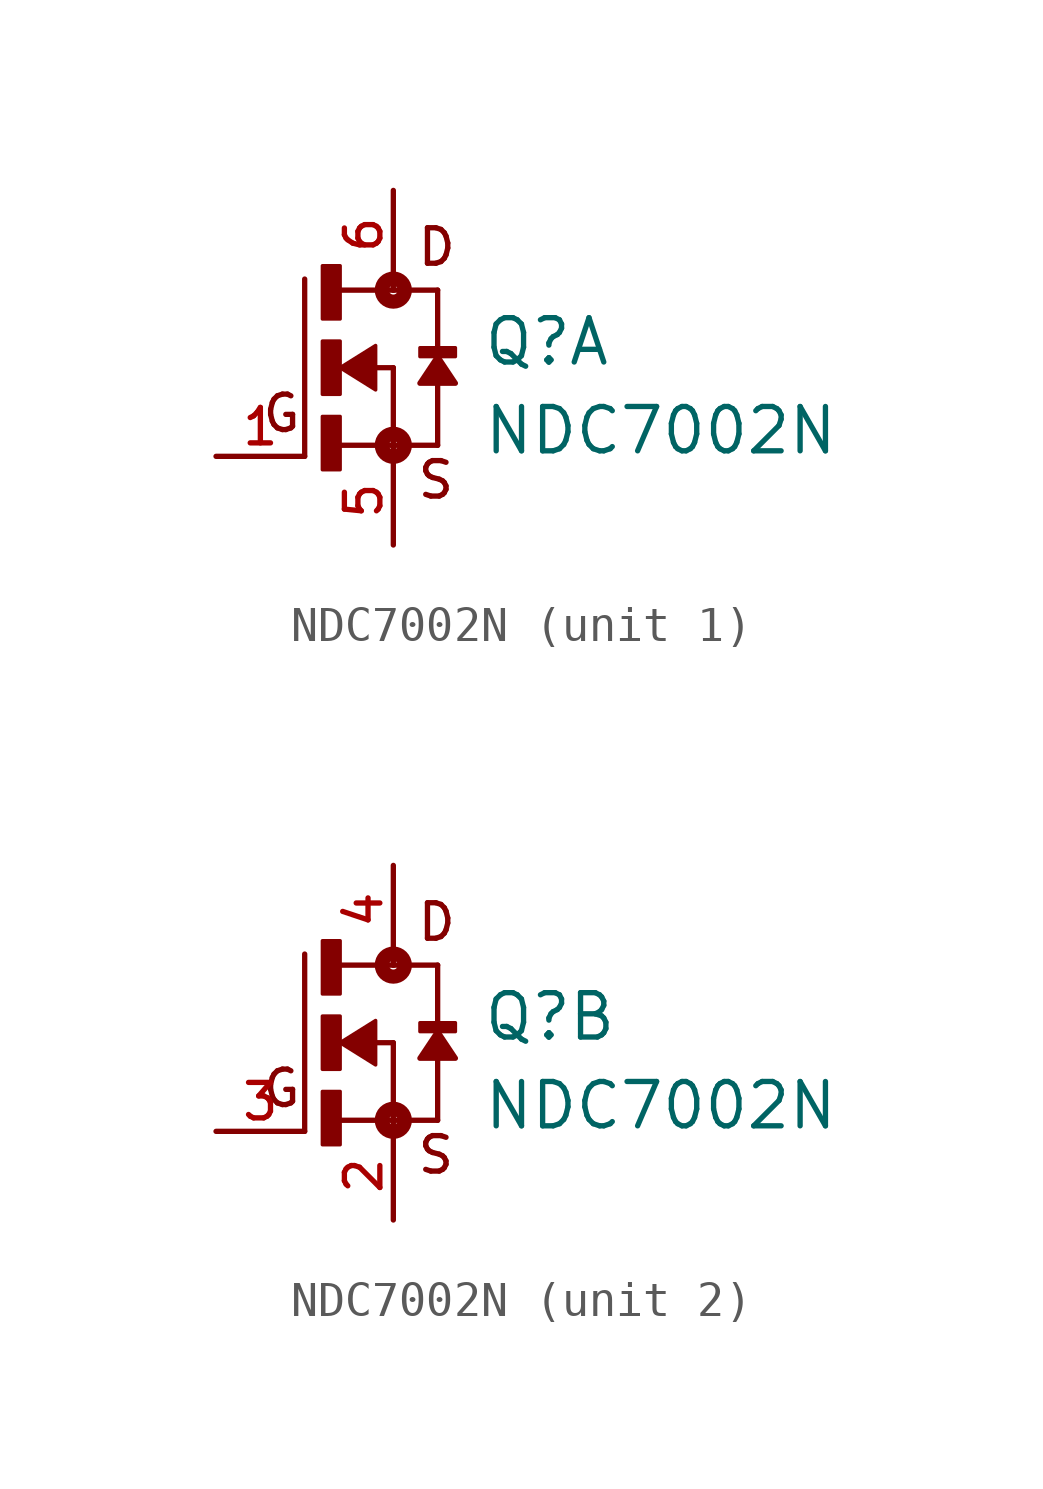
<source format=kicad_sym>
(kicad_symbol_lib
  (version 20241209)
  (generator "kicad_symbol_editor")
  (generator_version "9.0")
  (symbol "NDC7002N"
    (pin_names
      (offset 1.016))
    (property "Reference" "Q"
      (at 2.543 0 0)
      (effects (font (size 1.27 1.27)) (justify left bottom)))
    (property "Value" "NDC7002N"
      (at 2.545 -2.545 0)
      (effects (font (size 1.27 1.27)) (justify left bottom)))
    (symbol "NDC7002N_1_0"
      (polyline (pts (xy -2.54 -2.54) (xy -2.54 2.54)) (stroke (width 0.152) (type default)) (fill (type none)))
      (rectangle (start -2.033 -2.923) (end -1.524 -1.397) (stroke (width 0.1) (type default)) (fill (type outline)))
      (rectangle (start -2.033 -0.762) (end -1.524 0.762) (stroke (width 0.1) (type default)) (fill (type outline)))
      (rectangle (start -2.032 1.397) (end -1.524 2.921) (stroke (width 0.1) (type default)) (fill (type outline)))
      (polyline (pts (xy -1.587 2.223) (xy 0 2.223)) (stroke (width 0.152) (type default)) (fill (type none)))
      (polyline (pts (xy -1.587 -2.223) (xy 0 -2.223)) (stroke (width 0.152) (type default)) (fill (type none)))
      (polyline (pts (xy -1.524 0) (xy -0.508 0.635) (xy -0.508 -0.635) (xy -1.524 0)) (stroke (width 0.102) (type default)) (fill (type outline)))
      (polyline (pts (xy -0.508 0) (xy 0 0)) (stroke (width 0.152) (type default)) (fill (type none)))
      (polyline (pts (xy 0 2.54) (xy 0 2.223)) (stroke (width 0.152) (type default)) (fill (type none)))
      (circle (center 0 2.223) (radius 0.127) (stroke (width 0.406) (type default)) (fill (type none)))
      (polyline (pts (xy 0 2.223) (xy 1.27 2.223)) (stroke (width 0.152) (type default)) (fill (type none)))
      (polyline (pts (xy 0 0) (xy 0 -2.223)) (stroke (width 0.152) (type default)) (fill (type none)))
      (polyline (pts (xy 0 -2.223) (xy 0 -2.54)) (stroke (width 0.152) (type default)) (fill (type none)))
      (circle (center 0 -2.223) (radius 0.127) (stroke (width 0.406) (type default)) (fill (type none)))
      (rectangle (start 0.763 0.318) (end 1.778 0.572) (stroke (width 0.1) (type default)) (fill (type outline)))
      (polyline (pts (xy 1.27 2.223) (xy 1.27 -2.223)) (stroke (width 0.152) (type default)) (fill (type none)))
      (polyline (pts (xy 1.27 0.318) (xy 0.762 -0.445) (xy 1.778 -0.445) (xy 1.27 0.318)) (stroke (width 0.152) (type default)) (fill (type outline)))
      (polyline (pts (xy 1.27 -2.223) (xy 0 -2.223)) (stroke (width 0.152) (type default)) (fill (type none)))
      (text "G" (at -3.81 -1.905 0) (effects (font (size 1.016 1.016)) (justify left bottom)))
      (text "S" (at 0.635 -3.81 0) (effects (font (size 1.016 1.016)) (justify left bottom)))
      (text "D" (at 0.636 2.861 0) (effects (font (size 1.017 1.017)) (justify left bottom)))
      (pin passive line (at -5.08 -2.54 0) (length 2.54) (name "~" (effects (font (size 1.016 1.016)))) (number "1" (effects (font (size 1.016 1.016)))))
      (pin passive line (at 0 5.08 270) (length 2.54) (name "~" (effects (font (size 1.016 1.016)))) (number "6" (effects (font (size 1.016 1.016)))))
      (pin passive line (at 0 -5.08 90) (length 2.54) (name "~" (effects (font (size 1.016 1.016)))) (number "5" (effects (font (size 1.016 1.016))))))
    (symbol "NDC7002N_2_0"
      (polyline (pts (xy -2.54 -2.54) (xy -2.54 2.54)) (stroke (width 0.152) (type default)) (fill (type none)))
      (rectangle (start -2.033 -2.923) (end -1.524 -1.397) (stroke (width 0.1) (type default)) (fill (type outline)))
      (rectangle (start -2.033 -0.762) (end -1.524 0.762) (stroke (width 0.1) (type default)) (fill (type outline)))
      (rectangle (start -2.032 1.397) (end -1.524 2.921) (stroke (width 0.1) (type default)) (fill (type outline)))
      (polyline (pts (xy -1.587 2.223) (xy 0 2.223)) (stroke (width 0.152) (type default)) (fill (type none)))
      (polyline (pts (xy -1.587 -2.223) (xy 0 -2.223)) (stroke (width 0.152) (type default)) (fill (type none)))
      (polyline (pts (xy -1.524 0) (xy -0.508 0.635) (xy -0.508 -0.635) (xy -1.524 0)) (stroke (width 0.102) (type default)) (fill (type outline)))
      (polyline (pts (xy -0.508 0) (xy 0 0)) (stroke (width 0.152) (type default)) (fill (type none)))
      (polyline (pts (xy 0 2.54) (xy 0 2.223)) (stroke (width 0.152) (type default)) (fill (type none)))
      (circle (center 0 2.223) (radius 0.127) (stroke (width 0.406) (type default)) (fill (type none)))
      (polyline (pts (xy 0 2.223) (xy 1.27 2.223)) (stroke (width 0.152) (type default)) (fill (type none)))
      (polyline (pts (xy 0 0) (xy 0 -2.223)) (stroke (width 0.152) (type default)) (fill (type none)))
      (polyline (pts (xy 0 -2.223) (xy 0 -2.54)) (stroke (width 0.152) (type default)) (fill (type none)))
      (circle (center 0 -2.223) (radius 0.127) (stroke (width 0.406) (type default)) (fill (type none)))
      (rectangle (start 0.763 0.318) (end 1.778 0.572) (stroke (width 0.1) (type default)) (fill (type outline)))
      (polyline (pts (xy 1.27 2.223) (xy 1.27 -2.223)) (stroke (width 0.152) (type default)) (fill (type none)))
      (polyline (pts (xy 1.27 0.318) (xy 0.762 -0.445) (xy 1.778 -0.445) (xy 1.27 0.318)) (stroke (width 0.152) (type default)) (fill (type outline)))
      (polyline (pts (xy 1.27 -2.223) (xy 0 -2.223)) (stroke (width 0.152) (type default)) (fill (type none)))
      (text "G" (at -3.81 -1.905 0) (effects (font (size 1.016 1.016)) (justify left bottom)))
      (text "S" (at 0.635 -3.81 0) (effects (font (size 1.016 1.016)) (justify left bottom)))
      (text "D" (at 0.636 2.861 0) (effects (font (size 1.017 1.017)) (justify left bottom)))
      (pin passive line (at -5.08 -2.54 0) (length 2.54) (name "~" (effects (font (size 1.016 1.016)))) (number "3" (effects (font (size 1.016 1.016)))))
      (pin passive line (at 0 5.08 270) (length 2.54) (name "~" (effects (font (size 1.016 1.016)))) (number "4" (effects (font (size 1.016 1.016)))))
      (pin passive line (at 0 -5.08 90) (length 2.54) (name "~" (effects (font (size 1.016 1.016)))) (number "2" (effects (font (size 1.016 1.016))))))))
</source>
